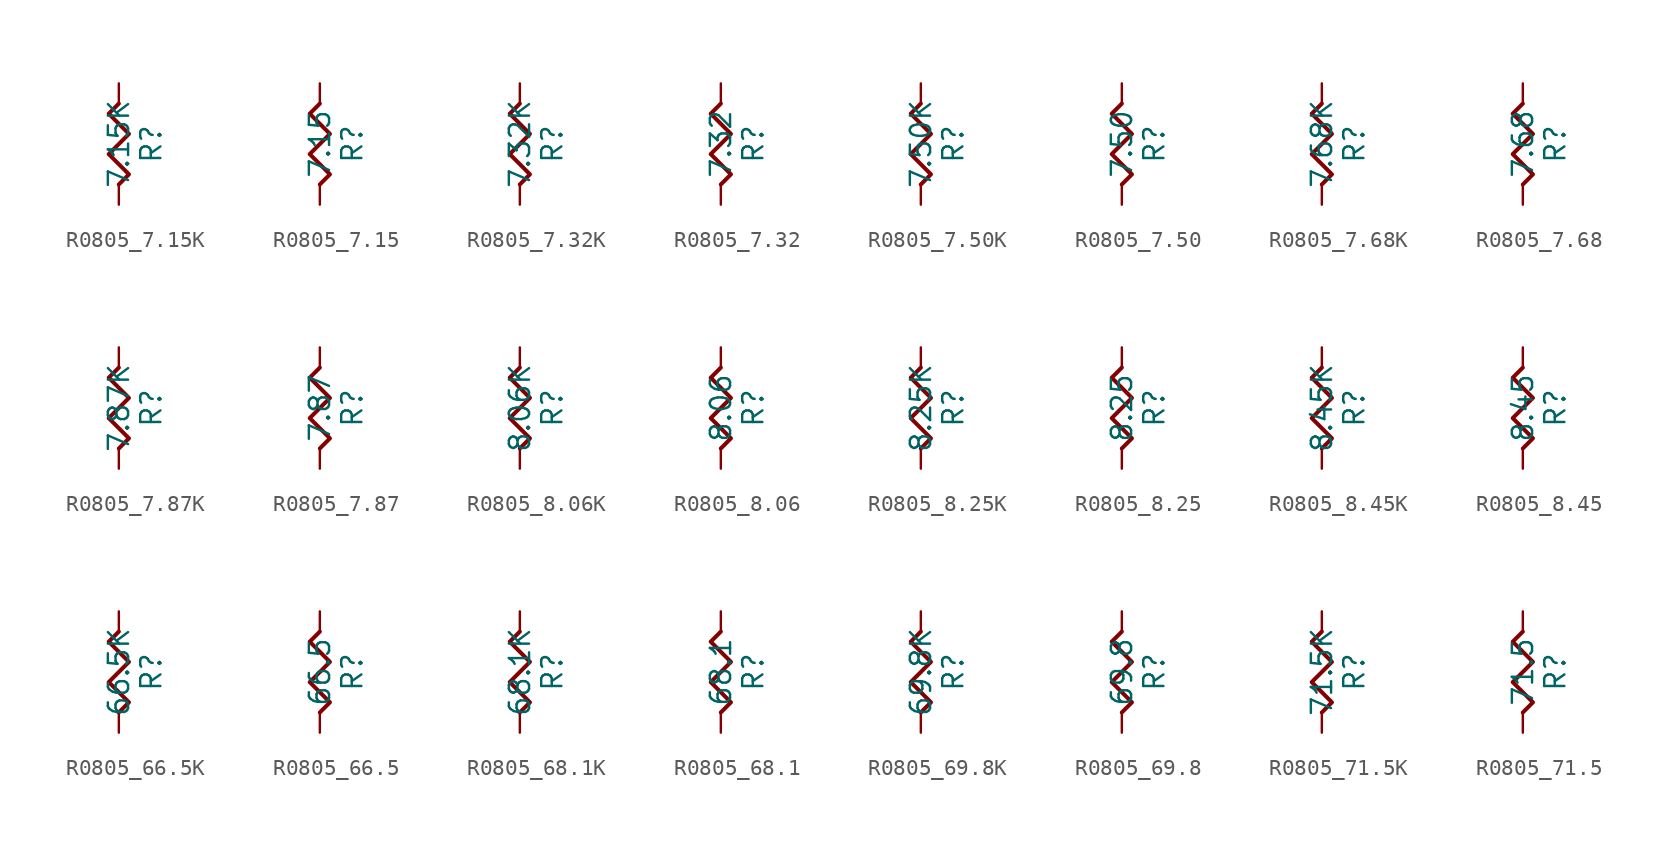
<source format=kicad_sym>
(kicad_symbol_lib
  (version 20211014)
  (generator atlantix-eda)
  (symbol "R0805_7.15K"
    (pin_numbers hide)
    (pin_names
      (offset 0))
    (property "Reference" "R"
      (at 2.032 0 90)
      (effects (font (size 1.27 1.27))))
    (property "Value" "7.15K"
      (at 0 0 90)
      (effects (font (size 1.27 1.27))))
    (symbol "R0805_7.15K_0_1"
      (polyline (pts (xy 0 -2.54) (xy 0.635 -1.905) (xy -0.635 -0.635) (xy 0.635 0.635) (xy -0.635 1.905) (xy 0 2.54)) (stroke (width 0.254) (type default) (color 0 0 0 0)) (fill (type none))))
    (symbol "R0805_7.15K_1_1"
      (pin passive line (at 0 3.81 270) (length 1.27) (name "~" (effects (font (size 1.27 1.27)))) (number "1" (effects (font (size 1.27 1.27)))))
      (pin passive line (at 0 -3.81 90) (length 1.27) (name "~" (effects (font (size 1.27 1.27)))) (number "2" (effects (font (size 1.27 1.27)))))))
  (symbol "R0805_7.15"
    (pin_numbers hide)
    (pin_names
      (offset 0))
    (property "Reference" "R"
      (at 2.032 0 90)
      (effects (font (size 1.27 1.27))))
    (property "Value" "7.15"
      (at 0 0 90)
      (effects (font (size 1.27 1.27))))
    (symbol "R0805_7.15_0_1"
      (polyline (pts (xy 0 -2.54) (xy 0.635 -1.905) (xy -0.635 -0.635) (xy 0.635 0.635) (xy -0.635 1.905) (xy 0 2.54)) (stroke (width 0.254) (type default) (color 0 0 0 0)) (fill (type none))))
    (symbol "R0805_7.15_1_1"
      (pin passive line (at 0 3.81 270) (length 1.27) (name "~" (effects (font (size 1.27 1.27)))) (number "1" (effects (font (size 1.27 1.27)))))
      (pin passive line (at 0 -3.81 90) (length 1.27) (name "~" (effects (font (size 1.27 1.27)))) (number "2" (effects (font (size 1.27 1.27)))))))
  (symbol "R0805_7.32K"
    (pin_numbers hide)
    (pin_names
      (offset 0))
    (property "Reference" "R"
      (at 2.032 0 90)
      (effects (font (size 1.27 1.27))))
    (property "Value" "7.32K"
      (at 0 0 90)
      (effects (font (size 1.27 1.27))))
    (symbol "R0805_7.32K_0_1"
      (polyline (pts (xy 0 -2.54) (xy 0.635 -1.905) (xy -0.635 -0.635) (xy 0.635 0.635) (xy -0.635 1.905) (xy 0 2.54)) (stroke (width 0.254) (type default) (color 0 0 0 0)) (fill (type none))))
    (symbol "R0805_7.32K_1_1"
      (pin passive line (at 0 3.81 270) (length 1.27) (name "~" (effects (font (size 1.27 1.27)))) (number "1" (effects (font (size 1.27 1.27)))))
      (pin passive line (at 0 -3.81 90) (length 1.27) (name "~" (effects (font (size 1.27 1.27)))) (number "2" (effects (font (size 1.27 1.27)))))))
  (symbol "R0805_7.32"
    (pin_numbers hide)
    (pin_names
      (offset 0))
    (property "Reference" "R"
      (at 2.032 0 90)
      (effects (font (size 1.27 1.27))))
    (property "Value" "7.32"
      (at 0 0 90)
      (effects (font (size 1.27 1.27))))
    (symbol "R0805_7.32_0_1"
      (polyline (pts (xy 0 -2.54) (xy 0.635 -1.905) (xy -0.635 -0.635) (xy 0.635 0.635) (xy -0.635 1.905) (xy 0 2.54)) (stroke (width 0.254) (type default) (color 0 0 0 0)) (fill (type none))))
    (symbol "R0805_7.32_1_1"
      (pin passive line (at 0 3.81 270) (length 1.27) (name "~" (effects (font (size 1.27 1.27)))) (number "1" (effects (font (size 1.27 1.27)))))
      (pin passive line (at 0 -3.81 90) (length 1.27) (name "~" (effects (font (size 1.27 1.27)))) (number "2" (effects (font (size 1.27 1.27)))))))
  (symbol "R0805_7.50K"
    (pin_numbers hide)
    (pin_names
      (offset 0))
    (property "Reference" "R"
      (at 2.032 0 90)
      (effects (font (size 1.27 1.27))))
    (property "Value" "7.50K"
      (at 0 0 90)
      (effects (font (size 1.27 1.27))))
    (symbol "R0805_7.50K_0_1"
      (polyline (pts (xy 0 -2.54) (xy 0.635 -1.905) (xy -0.635 -0.635) (xy 0.635 0.635) (xy -0.635 1.905) (xy 0 2.54)) (stroke (width 0.254) (type default) (color 0 0 0 0)) (fill (type none))))
    (symbol "R0805_7.50K_1_1"
      (pin passive line (at 0 3.81 270) (length 1.27) (name "~" (effects (font (size 1.27 1.27)))) (number "1" (effects (font (size 1.27 1.27)))))
      (pin passive line (at 0 -3.81 90) (length 1.27) (name "~" (effects (font (size 1.27 1.27)))) (number "2" (effects (font (size 1.27 1.27)))))))
  (symbol "R0805_7.50"
    (pin_numbers hide)
    (pin_names
      (offset 0))
    (property "Reference" "R"
      (at 2.032 0 90)
      (effects (font (size 1.27 1.27))))
    (property "Value" "7.50"
      (at 0 0 90)
      (effects (font (size 1.27 1.27))))
    (symbol "R0805_7.50_0_1"
      (polyline (pts (xy 0 -2.54) (xy 0.635 -1.905) (xy -0.635 -0.635) (xy 0.635 0.635) (xy -0.635 1.905) (xy 0 2.54)) (stroke (width 0.254) (type default) (color 0 0 0 0)) (fill (type none))))
    (symbol "R0805_7.50_1_1"
      (pin passive line (at 0 3.81 270) (length 1.27) (name "~" (effects (font (size 1.27 1.27)))) (number "1" (effects (font (size 1.27 1.27)))))
      (pin passive line (at 0 -3.81 90) (length 1.27) (name "~" (effects (font (size 1.27 1.27)))) (number "2" (effects (font (size 1.27 1.27)))))))
  (symbol "R0805_7.68K"
    (pin_numbers hide)
    (pin_names
      (offset 0))
    (property "Reference" "R"
      (at 2.032 0 90)
      (effects (font (size 1.27 1.27))))
    (property "Value" "7.68K"
      (at 0 0 90)
      (effects (font (size 1.27 1.27))))
    (symbol "R0805_7.68K_0_1"
      (polyline (pts (xy 0 -2.54) (xy 0.635 -1.905) (xy -0.635 -0.635) (xy 0.635 0.635) (xy -0.635 1.905) (xy 0 2.54)) (stroke (width 0.254) (type default) (color 0 0 0 0)) (fill (type none))))
    (symbol "R0805_7.68K_1_1"
      (pin passive line (at 0 3.81 270) (length 1.27) (name "~" (effects (font (size 1.27 1.27)))) (number "1" (effects (font (size 1.27 1.27)))))
      (pin passive line (at 0 -3.81 90) (length 1.27) (name "~" (effects (font (size 1.27 1.27)))) (number "2" (effects (font (size 1.27 1.27)))))))
  (symbol "R0805_7.68"
    (pin_numbers hide)
    (pin_names
      (offset 0))
    (property "Reference" "R"
      (at 2.032 0 90)
      (effects (font (size 1.27 1.27))))
    (property "Value" "7.68"
      (at 0 0 90)
      (effects (font (size 1.27 1.27))))
    (symbol "R0805_7.68_0_1"
      (polyline (pts (xy 0 -2.54) (xy 0.635 -1.905) (xy -0.635 -0.635) (xy 0.635 0.635) (xy -0.635 1.905) (xy 0 2.54)) (stroke (width 0.254) (type default) (color 0 0 0 0)) (fill (type none))))
    (symbol "R0805_7.68_1_1"
      (pin passive line (at 0 3.81 270) (length 1.27) (name "~" (effects (font (size 1.27 1.27)))) (number "1" (effects (font (size 1.27 1.27)))))
      (pin passive line (at 0 -3.81 90) (length 1.27) (name "~" (effects (font (size 1.27 1.27)))) (number "2" (effects (font (size 1.27 1.27)))))))
  (symbol "R0805_7.87K"
    (pin_numbers hide)
    (pin_names
      (offset 0))
    (property "Reference" "R"
      (at 2.032 0 90)
      (effects (font (size 1.27 1.27))))
    (property "Value" "7.87K"
      (at 0 0 90)
      (effects (font (size 1.27 1.27))))
    (symbol "R0805_7.87K_0_1"
      (polyline (pts (xy 0 -2.54) (xy 0.635 -1.905) (xy -0.635 -0.635) (xy 0.635 0.635) (xy -0.635 1.905) (xy 0 2.54)) (stroke (width 0.254) (type default) (color 0 0 0 0)) (fill (type none))))
    (symbol "R0805_7.87K_1_1"
      (pin passive line (at 0 3.81 270) (length 1.27) (name "~" (effects (font (size 1.27 1.27)))) (number "1" (effects (font (size 1.27 1.27)))))
      (pin passive line (at 0 -3.81 90) (length 1.27) (name "~" (effects (font (size 1.27 1.27)))) (number "2" (effects (font (size 1.27 1.27)))))))
  (symbol "R0805_7.87"
    (pin_numbers hide)
    (pin_names
      (offset 0))
    (property "Reference" "R"
      (at 2.032 0 90)
      (effects (font (size 1.27 1.27))))
    (property "Value" "7.87"
      (at 0 0 90)
      (effects (font (size 1.27 1.27))))
    (symbol "R0805_7.87_0_1"
      (polyline (pts (xy 0 -2.54) (xy 0.635 -1.905) (xy -0.635 -0.635) (xy 0.635 0.635) (xy -0.635 1.905) (xy 0 2.54)) (stroke (width 0.254) (type default) (color 0 0 0 0)) (fill (type none))))
    (symbol "R0805_7.87_1_1"
      (pin passive line (at 0 3.81 270) (length 1.27) (name "~" (effects (font (size 1.27 1.27)))) (number "1" (effects (font (size 1.27 1.27)))))
      (pin passive line (at 0 -3.81 90) (length 1.27) (name "~" (effects (font (size 1.27 1.27)))) (number "2" (effects (font (size 1.27 1.27)))))))
  (symbol "R0805_8.06K"
    (pin_numbers hide)
    (pin_names
      (offset 0))
    (property "Reference" "R"
      (at 2.032 0 90)
      (effects (font (size 1.27 1.27))))
    (property "Value" "8.06K"
      (at 0 0 90)
      (effects (font (size 1.27 1.27))))
    (symbol "R0805_8.06K_0_1"
      (polyline (pts (xy 0 -2.54) (xy 0.635 -1.905) (xy -0.635 -0.635) (xy 0.635 0.635) (xy -0.635 1.905) (xy 0 2.54)) (stroke (width 0.254) (type default) (color 0 0 0 0)) (fill (type none))))
    (symbol "R0805_8.06K_1_1"
      (pin passive line (at 0 3.81 270) (length 1.27) (name "~" (effects (font (size 1.27 1.27)))) (number "1" (effects (font (size 1.27 1.27)))))
      (pin passive line (at 0 -3.81 90) (length 1.27) (name "~" (effects (font (size 1.27 1.27)))) (number "2" (effects (font (size 1.27 1.27)))))))
  (symbol "R0805_8.06"
    (pin_numbers hide)
    (pin_names
      (offset 0))
    (property "Reference" "R"
      (at 2.032 0 90)
      (effects (font (size 1.27 1.27))))
    (property "Value" "8.06"
      (at 0 0 90)
      (effects (font (size 1.27 1.27))))
    (symbol "R0805_8.06_0_1"
      (polyline (pts (xy 0 -2.54) (xy 0.635 -1.905) (xy -0.635 -0.635) (xy 0.635 0.635) (xy -0.635 1.905) (xy 0 2.54)) (stroke (width 0.254) (type default) (color 0 0 0 0)) (fill (type none))))
    (symbol "R0805_8.06_1_1"
      (pin passive line (at 0 3.81 270) (length 1.27) (name "~" (effects (font (size 1.27 1.27)))) (number "1" (effects (font (size 1.27 1.27)))))
      (pin passive line (at 0 -3.81 90) (length 1.27) (name "~" (effects (font (size 1.27 1.27)))) (number "2" (effects (font (size 1.27 1.27)))))))
  (symbol "R0805_8.25K"
    (pin_numbers hide)
    (pin_names
      (offset 0))
    (property "Reference" "R"
      (at 2.032 0 90)
      (effects (font (size 1.27 1.27))))
    (property "Value" "8.25K"
      (at 0 0 90)
      (effects (font (size 1.27 1.27))))
    (symbol "R0805_8.25K_0_1"
      (polyline (pts (xy 0 -2.54) (xy 0.635 -1.905) (xy -0.635 -0.635) (xy 0.635 0.635) (xy -0.635 1.905) (xy 0 2.54)) (stroke (width 0.254) (type default) (color 0 0 0 0)) (fill (type none))))
    (symbol "R0805_8.25K_1_1"
      (pin passive line (at 0 3.81 270) (length 1.27) (name "~" (effects (font (size 1.27 1.27)))) (number "1" (effects (font (size 1.27 1.27)))))
      (pin passive line (at 0 -3.81 90) (length 1.27) (name "~" (effects (font (size 1.27 1.27)))) (number "2" (effects (font (size 1.27 1.27)))))))
  (symbol "R0805_8.25"
    (pin_numbers hide)
    (pin_names
      (offset 0))
    (property "Reference" "R"
      (at 2.032 0 90)
      (effects (font (size 1.27 1.27))))
    (property "Value" "8.25"
      (at 0 0 90)
      (effects (font (size 1.27 1.27))))
    (symbol "R0805_8.25_0_1"
      (polyline (pts (xy 0 -2.54) (xy 0.635 -1.905) (xy -0.635 -0.635) (xy 0.635 0.635) (xy -0.635 1.905) (xy 0 2.54)) (stroke (width 0.254) (type default) (color 0 0 0 0)) (fill (type none))))
    (symbol "R0805_8.25_1_1"
      (pin passive line (at 0 3.81 270) (length 1.27) (name "~" (effects (font (size 1.27 1.27)))) (number "1" (effects (font (size 1.27 1.27)))))
      (pin passive line (at 0 -3.81 90) (length 1.27) (name "~" (effects (font (size 1.27 1.27)))) (number "2" (effects (font (size 1.27 1.27)))))))
  (symbol "R0805_8.45K"
    (pin_numbers hide)
    (pin_names
      (offset 0))
    (property "Reference" "R"
      (at 2.032 0 90)
      (effects (font (size 1.27 1.27))))
    (property "Value" "8.45K"
      (at 0 0 90)
      (effects (font (size 1.27 1.27))))
    (symbol "R0805_8.45K_0_1"
      (polyline (pts (xy 0 -2.54) (xy 0.635 -1.905) (xy -0.635 -0.635) (xy 0.635 0.635) (xy -0.635 1.905) (xy 0 2.54)) (stroke (width 0.254) (type default) (color 0 0 0 0)) (fill (type none))))
    (symbol "R0805_8.45K_1_1"
      (pin passive line (at 0 3.81 270) (length 1.27) (name "~" (effects (font (size 1.27 1.27)))) (number "1" (effects (font (size 1.27 1.27)))))
      (pin passive line (at 0 -3.81 90) (length 1.27) (name "~" (effects (font (size 1.27 1.27)))) (number "2" (effects (font (size 1.27 1.27)))))))
  (symbol "R0805_8.45"
    (pin_numbers hide)
    (pin_names
      (offset 0))
    (property "Reference" "R"
      (at 2.032 0 90)
      (effects (font (size 1.27 1.27))))
    (property "Value" "8.45"
      (at 0 0 90)
      (effects (font (size 1.27 1.27))))
    (symbol "R0805_8.45_0_1"
      (polyline (pts (xy 0 -2.54) (xy 0.635 -1.905) (xy -0.635 -0.635) (xy 0.635 0.635) (xy -0.635 1.905) (xy 0 2.54)) (stroke (width 0.254) (type default) (color 0 0 0 0)) (fill (type none))))
    (symbol "R0805_8.45_1_1"
      (pin passive line (at 0 3.81 270) (length 1.27) (name "~" (effects (font (size 1.27 1.27)))) (number "1" (effects (font (size 1.27 1.27)))))
      (pin passive line (at 0 -3.81 90) (length 1.27) (name "~" (effects (font (size 1.27 1.27)))) (number "2" (effects (font (size 1.27 1.27)))))))
  (symbol "R0805_66.5K"
    (pin_numbers hide)
    (pin_names
      (offset 0))
    (property "Reference" "R"
      (at 2.032 0 90)
      (effects (font (size 1.27 1.27))))
    (property "Value" "66.5K"
      (at 0 0 90)
      (effects (font (size 1.27 1.27))))
    (symbol "R0805_66.5K_0_1"
      (polyline (pts (xy 0 -2.54) (xy 0.635 -1.905) (xy -0.635 -0.635) (xy 0.635 0.635) (xy -0.635 1.905) (xy 0 2.54)) (stroke (width 0.254) (type default) (color 0 0 0 0)) (fill (type none))))
    (symbol "R0805_66.5K_1_1"
      (pin passive line (at 0 3.81 270) (length 1.27) (name "~" (effects (font (size 1.27 1.27)))) (number "1" (effects (font (size 1.27 1.27)))))
      (pin passive line (at 0 -3.81 90) (length 1.27) (name "~" (effects (font (size 1.27 1.27)))) (number "2" (effects (font (size 1.27 1.27)))))))
  (symbol "R0805_66.5"
    (pin_numbers hide)
    (pin_names
      (offset 0))
    (property "Reference" "R"
      (at 2.032 0 90)
      (effects (font (size 1.27 1.27))))
    (property "Value" "66.5"
      (at 0 0 90)
      (effects (font (size 1.27 1.27))))
    (symbol "R0805_66.5_0_1"
      (polyline (pts (xy 0 -2.54) (xy 0.635 -1.905) (xy -0.635 -0.635) (xy 0.635 0.635) (xy -0.635 1.905) (xy 0 2.54)) (stroke (width 0.254) (type default) (color 0 0 0 0)) (fill (type none))))
    (symbol "R0805_66.5_1_1"
      (pin passive line (at 0 3.81 270) (length 1.27) (name "~" (effects (font (size 1.27 1.27)))) (number "1" (effects (font (size 1.27 1.27)))))
      (pin passive line (at 0 -3.81 90) (length 1.27) (name "~" (effects (font (size 1.27 1.27)))) (number "2" (effects (font (size 1.27 1.27)))))))
  (symbol "R0805_68.1K"
    (pin_numbers hide)
    (pin_names
      (offset 0))
    (property "Reference" "R"
      (at 2.032 0 90)
      (effects (font (size 1.27 1.27))))
    (property "Value" "68.1K"
      (at 0 0 90)
      (effects (font (size 1.27 1.27))))
    (symbol "R0805_68.1K_0_1"
      (polyline (pts (xy 0 -2.54) (xy 0.635 -1.905) (xy -0.635 -0.635) (xy 0.635 0.635) (xy -0.635 1.905) (xy 0 2.54)) (stroke (width 0.254) (type default) (color 0 0 0 0)) (fill (type none))))
    (symbol "R0805_68.1K_1_1"
      (pin passive line (at 0 3.81 270) (length 1.27) (name "~" (effects (font (size 1.27 1.27)))) (number "1" (effects (font (size 1.27 1.27)))))
      (pin passive line (at 0 -3.81 90) (length 1.27) (name "~" (effects (font (size 1.27 1.27)))) (number "2" (effects (font (size 1.27 1.27)))))))
  (symbol "R0805_68.1"
    (pin_numbers hide)
    (pin_names
      (offset 0))
    (property "Reference" "R"
      (at 2.032 0 90)
      (effects (font (size 1.27 1.27))))
    (property "Value" "68.1"
      (at 0 0 90)
      (effects (font (size 1.27 1.27))))
    (symbol "R0805_68.1_0_1"
      (polyline (pts (xy 0 -2.54) (xy 0.635 -1.905) (xy -0.635 -0.635) (xy 0.635 0.635) (xy -0.635 1.905) (xy 0 2.54)) (stroke (width 0.254) (type default) (color 0 0 0 0)) (fill (type none))))
    (symbol "R0805_68.1_1_1"
      (pin passive line (at 0 3.81 270) (length 1.27) (name "~" (effects (font (size 1.27 1.27)))) (number "1" (effects (font (size 1.27 1.27)))))
      (pin passive line (at 0 -3.81 90) (length 1.27) (name "~" (effects (font (size 1.27 1.27)))) (number "2" (effects (font (size 1.27 1.27)))))))
  (symbol "R0805_69.8K"
    (pin_numbers hide)
    (pin_names
      (offset 0))
    (property "Reference" "R"
      (at 2.032 0 90)
      (effects (font (size 1.27 1.27))))
    (property "Value" "69.8K"
      (at 0 0 90)
      (effects (font (size 1.27 1.27))))
    (symbol "R0805_69.8K_0_1"
      (polyline (pts (xy 0 -2.54) (xy 0.635 -1.905) (xy -0.635 -0.635) (xy 0.635 0.635) (xy -0.635 1.905) (xy 0 2.54)) (stroke (width 0.254) (type default) (color 0 0 0 0)) (fill (type none))))
    (symbol "R0805_69.8K_1_1"
      (pin passive line (at 0 3.81 270) (length 1.27) (name "~" (effects (font (size 1.27 1.27)))) (number "1" (effects (font (size 1.27 1.27)))))
      (pin passive line (at 0 -3.81 90) (length 1.27) (name "~" (effects (font (size 1.27 1.27)))) (number "2" (effects (font (size 1.27 1.27)))))))
  (symbol "R0805_69.8"
    (pin_numbers hide)
    (pin_names
      (offset 0))
    (property "Reference" "R"
      (at 2.032 0 90)
      (effects (font (size 1.27 1.27))))
    (property "Value" "69.8"
      (at 0 0 90)
      (effects (font (size 1.27 1.27))))
    (symbol "R0805_69.8_0_1"
      (polyline (pts (xy 0 -2.54) (xy 0.635 -1.905) (xy -0.635 -0.635) (xy 0.635 0.635) (xy -0.635 1.905) (xy 0 2.54)) (stroke (width 0.254) (type default) (color 0 0 0 0)) (fill (type none))))
    (symbol "R0805_69.8_1_1"
      (pin passive line (at 0 3.81 270) (length 1.27) (name "~" (effects (font (size 1.27 1.27)))) (number "1" (effects (font (size 1.27 1.27)))))
      (pin passive line (at 0 -3.81 90) (length 1.27) (name "~" (effects (font (size 1.27 1.27)))) (number "2" (effects (font (size 1.27 1.27)))))))
  (symbol "R0805_71.5K"
    (pin_numbers hide)
    (pin_names
      (offset 0))
    (property "Reference" "R"
      (at 2.032 0 90)
      (effects (font (size 1.27 1.27))))
    (property "Value" "71.5K"
      (at 0 0 90)
      (effects (font (size 1.27 1.27))))
    (symbol "R0805_71.5K_0_1"
      (polyline (pts (xy 0 -2.54) (xy 0.635 -1.905) (xy -0.635 -0.635) (xy 0.635 0.635) (xy -0.635 1.905) (xy 0 2.54)) (stroke (width 0.254) (type default) (color 0 0 0 0)) (fill (type none))))
    (symbol "R0805_71.5K_1_1"
      (pin passive line (at 0 3.81 270) (length 1.27) (name "~" (effects (font (size 1.27 1.27)))) (number "1" (effects (font (size 1.27 1.27)))))
      (pin passive line (at 0 -3.81 90) (length 1.27) (name "~" (effects (font (size 1.27 1.27)))) (number "2" (effects (font (size 1.27 1.27)))))))
  (symbol "R0805_71.5"
    (pin_numbers hide)
    (pin_names
      (offset 0))
    (property "Reference" "R"
      (at 2.032 0 90)
      (effects (font (size 1.27 1.27))))
    (property "Value" "71.5"
      (at 0 0 90)
      (effects (font (size 1.27 1.27))))
    (symbol "R0805_71.5_0_1"
      (polyline (pts (xy 0 -2.54) (xy 0.635 -1.905) (xy -0.635 -0.635) (xy 0.635 0.635) (xy -0.635 1.905) (xy 0 2.54)) (stroke (width 0.254) (type default) (color 0 0 0 0)) (fill (type none))))
    (symbol "R0805_71.5_1_1"
      (pin passive line (at 0 3.81 270) (length 1.27) (name "~" (effects (font (size 1.27 1.27)))) (number "1" (effects (font (size 1.27 1.27)))))
      (pin passive line (at 0 -3.81 90) (length 1.27) (name "~" (effects (font (size 1.27 1.27)))) (number "2" (effects (font (size 1.27 1.27))))))))
</source>
